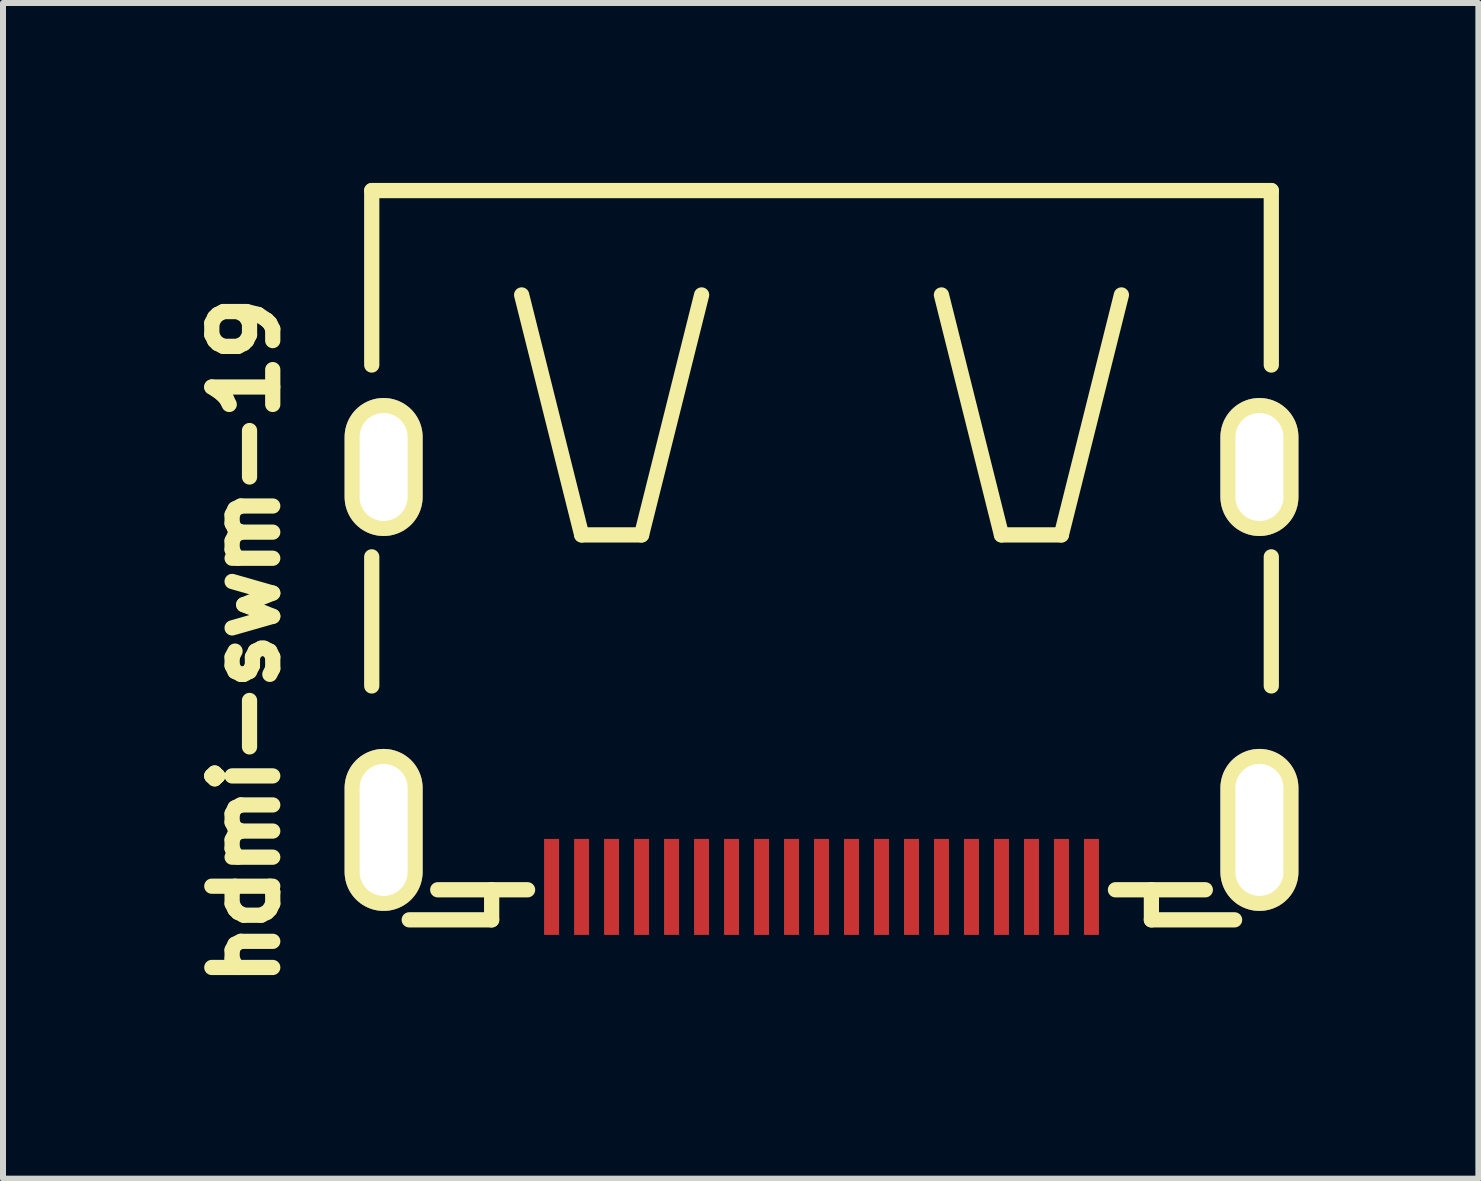
<source format=kicad_pcb>
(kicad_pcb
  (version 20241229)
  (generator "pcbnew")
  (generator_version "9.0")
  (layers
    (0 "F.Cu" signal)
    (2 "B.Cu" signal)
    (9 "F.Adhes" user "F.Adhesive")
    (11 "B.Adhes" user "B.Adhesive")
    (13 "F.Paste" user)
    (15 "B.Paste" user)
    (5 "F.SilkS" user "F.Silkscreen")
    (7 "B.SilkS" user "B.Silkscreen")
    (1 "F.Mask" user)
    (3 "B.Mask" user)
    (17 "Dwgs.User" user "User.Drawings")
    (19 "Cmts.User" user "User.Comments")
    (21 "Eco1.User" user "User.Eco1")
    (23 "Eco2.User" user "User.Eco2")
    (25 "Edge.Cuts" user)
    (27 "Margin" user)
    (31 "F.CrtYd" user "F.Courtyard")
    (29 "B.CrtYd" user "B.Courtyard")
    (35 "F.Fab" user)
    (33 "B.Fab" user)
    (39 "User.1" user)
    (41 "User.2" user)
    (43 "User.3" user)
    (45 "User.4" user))
  (footprint "hdmi-swm-19"
    (layer "F.Cu")
    (at 10.645 6.185)
    (property "Reference" "hdmi-swm-19" (at -9.605 1.45 90) (layer "F.SilkS") (effects (font (size 1.016 1.016) (thickness 0.254))))
    (attr smd)
    (fp_line (start -7.498 -6.058) (end 7.498 -6.058) (stroke (width 0.254) (type solid)) (layer "F.SilkS"))
    (fp_line (start -7.498 -3.15) (end -7.498 -6.058) (stroke (width 0.254) (type solid)) (layer "F.SilkS"))
    (fp_line (start -7.498 2.2) (end -7.498 0.048) (stroke (width 0.254) (type solid)) (layer "F.SilkS"))
    (fp_line (start -6.873 6.099) (end -5.499 6.099) (stroke (width 0.254) (type solid)) (layer "F.SilkS"))
    (fp_line (start -5.499 5.598) (end -6.398 5.598) (stroke (width 0.254) (type solid)) (layer "F.SilkS"))
    (fp_line (start -5.499 6.099) (end -5.499 5.598) (stroke (width 0.254) (type solid)) (layer "F.SilkS"))
    (fp_line (start -4.9 5.598) (end -5.499 5.598) (stroke (width 0.254) (type solid)) (layer "F.SilkS"))
    (fp_line (start -3.998 -0.318) (end -4.999 -4.318) (stroke (width 0.254) (type solid)) (layer "F.SilkS"))
    (fp_line (start -3 -0.318) (end -3.998 -0.318) (stroke (width 0.254) (type solid)) (layer "F.SilkS"))
    (fp_line (start -1.999 -4.318) (end -3 -0.318) (stroke (width 0.254) (type solid)) (layer "F.SilkS"))
    (fp_line (start 1.999 -4.318) (end 3 -0.318) (stroke (width 0.254) (type solid)) (layer "F.SilkS"))
    (fp_line (start 3 -0.318) (end 3.998 -0.318) (stroke (width 0.254) (type solid)) (layer "F.SilkS"))
    (fp_line (start 3.998 -0.318) (end 4.999 -4.318) (stroke (width 0.254) (type solid)) (layer "F.SilkS"))
    (fp_line (start 5.499 5.598) (end 4.9 5.598) (stroke (width 0.254) (type solid)) (layer "F.SilkS"))
    (fp_line (start 5.499 5.598) (end 5.499 6.099) (stroke (width 0.254) (type solid)) (layer "F.SilkS"))
    (fp_line (start 5.499 6.099) (end 6.886 6.099) (stroke (width 0.254) (type solid)) (layer "F.SilkS"))
    (fp_line (start 6.398 5.598) (end 5.499 5.598) (stroke (width 0.254) (type solid)) (layer "F.SilkS"))
    (fp_line (start 7.498 -6.058) (end 7.498 -3.15) (stroke (width 0.254) (type solid)) (layer "F.SilkS"))
    (fp_line (start 7.498 0.048) (end 7.498 2.2) (stroke (width 0.254) (type solid)) (layer "F.SilkS"))
    (pad "0" thru_hole oval (at -7.3 -1.45) (size 1.3 2.3) (drill oval 0.8 1.8) (layers "*.Cu" "*.Mask" "F.SilkS"))
    (pad "0" thru_hole oval (at -7.3 4.6) (size 1.3 2.7) (drill oval 0.8 2.2) (layers "*.Cu" "*.Mask" "F.SilkS"))
    (pad "0" thru_hole oval (at 7.3 -1.45) (size 1.3 2.3) (drill oval 0.8 1.8) (layers "*.Cu" "*.Mask" "F.SilkS"))
    (pad "0" thru_hole oval (at 7.3 4.6) (size 1.3 2.7) (drill oval 0.8 2.2) (layers "*.Cu" "*.Mask" "F.SilkS"))
    (pad "1" smd rect (at -4.5 5.55 90) (size 1.6 0.25) (layers "F.Cu" "F.Mask" "F.Paste"))
    (pad "2" smd rect (at -4 5.55 90) (size 1.6 0.25) (layers "F.Cu" "F.Mask" "F.Paste"))
    (pad "3" smd rect (at -3.5 5.55 90) (size 1.6 0.25) (layers "F.Cu" "F.Mask" "F.Paste"))
    (pad "4" smd rect (at -3 5.55 90) (size 1.6 0.25) (layers "F.Cu" "F.Mask" "F.Paste"))
    (pad "5" smd rect (at -2.5 5.55 90) (size 1.6 0.25) (layers "F.Cu" "F.Mask" "F.Paste"))
    (pad "6" smd rect (at -2 5.55 90) (size 1.6 0.25) (layers "F.Cu" "F.Mask" "F.Paste"))
    (pad "7" smd rect (at -1.5 5.55 90) (size 1.6 0.25) (layers "F.Cu" "F.Mask" "F.Paste"))
    (pad "8" smd rect (at -1 5.55 90) (size 1.6 0.25) (layers "F.Cu" "F.Mask" "F.Paste"))
    (pad "9" smd rect (at -0.5 5.55 90) (size 1.6 0.25) (layers "F.Cu" "F.Mask" "F.Paste"))
    (pad "10" smd rect (at 0 5.55 90) (size 1.6 0.25) (layers "F.Cu" "F.Mask" "F.Paste"))
    (pad "11" smd rect (at 0.5 5.55 90) (size 1.6 0.25) (layers "F.Cu" "F.Mask" "F.Paste"))
    (pad "12" smd rect (at 1 5.55 90) (size 1.6 0.25) (layers "F.Cu" "F.Mask" "F.Paste"))
    (pad "13" smd rect (at 1.5 5.55 90) (size 1.6 0.25) (layers "F.Cu" "F.Mask" "F.Paste"))
    (pad "14" smd rect (at 2 5.55 90) (size 1.6 0.25) (layers "F.Cu" "F.Mask" "F.Paste"))
    (pad "15" smd rect (at 2.5 5.55 90) (size 1.6 0.25) (layers "F.Cu" "F.Mask" "F.Paste"))
    (pad "16" smd rect (at 3 5.55 90) (size 1.6 0.25) (layers "F.Cu" "F.Mask" "F.Paste"))
    (pad "17" smd rect (at 3.5 5.55 90) (size 1.6 0.25) (layers "F.Cu" "F.Mask" "F.Paste"))
    (pad "18" smd rect (at 4 5.55 90) (size 1.6 0.25) (layers "F.Cu" "F.Mask" "F.Paste"))
    (pad "19" smd rect (at 4.5 5.55 90) (size 1.6 0.25) (layers "F.Cu" "F.Mask" "F.Paste")))
  (gr_rect
    (start -3 -3)
    (end 21.595 16.599)
    (stroke (width 0.1) (type default))
    (fill no)
    (layer "Edge.Cuts")))
</source>
